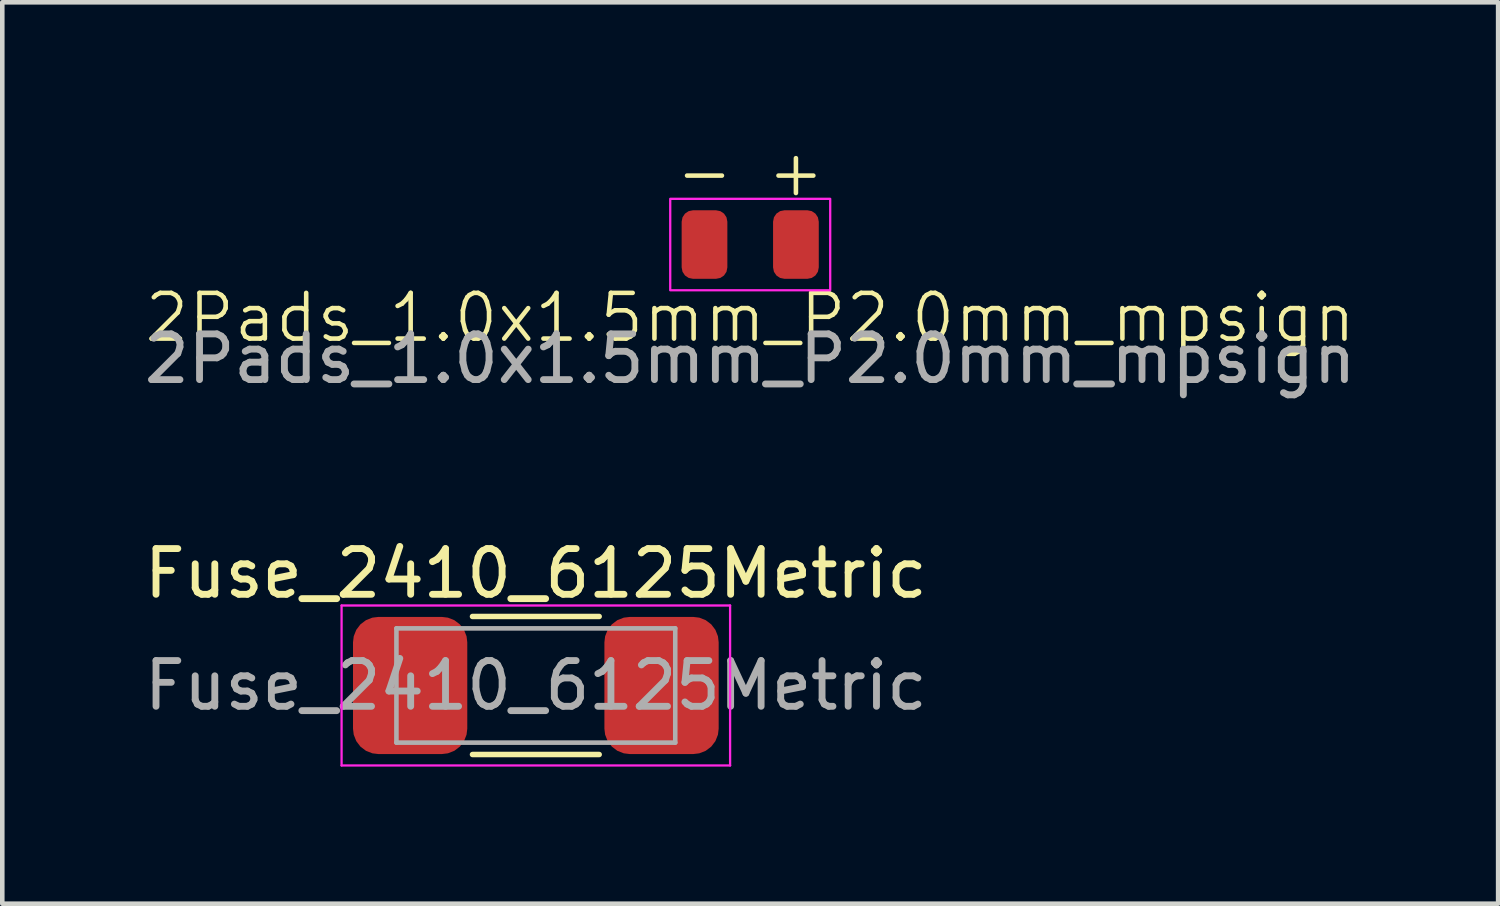
<source format=kicad_pcb>
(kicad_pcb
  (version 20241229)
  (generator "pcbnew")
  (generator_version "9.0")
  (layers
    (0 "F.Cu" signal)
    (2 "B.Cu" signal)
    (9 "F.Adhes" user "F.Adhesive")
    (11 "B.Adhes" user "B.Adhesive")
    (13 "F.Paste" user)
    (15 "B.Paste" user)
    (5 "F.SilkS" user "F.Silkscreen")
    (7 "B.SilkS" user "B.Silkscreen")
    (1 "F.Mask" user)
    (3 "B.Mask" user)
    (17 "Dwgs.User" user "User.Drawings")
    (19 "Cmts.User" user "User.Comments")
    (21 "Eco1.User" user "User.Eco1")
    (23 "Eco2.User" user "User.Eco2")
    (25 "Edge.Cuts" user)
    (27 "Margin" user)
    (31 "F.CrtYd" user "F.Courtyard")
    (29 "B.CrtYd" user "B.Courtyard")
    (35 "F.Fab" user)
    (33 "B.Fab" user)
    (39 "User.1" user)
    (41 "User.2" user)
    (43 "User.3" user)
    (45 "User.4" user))
  (footprint "Fuse_2410_6125Metric"
    (layer "F.Cu")
    (at 8.673 11.947)
    (property "Reference" "Fuse_2410_6125Metric" (at 0 -2.45 0) (layer "F.SilkS") (effects (font (size 1 1) (thickness 0.15))))
    (attr smd)
    (fp_line (start -1.386 -1.51) (end 1.386 -1.51) (stroke (width 0.12) (type solid)) (layer "F.SilkS"))
    (fp_line (start -1.386 1.51) (end 1.386 1.51) (stroke (width 0.12) (type solid)) (layer "F.SilkS"))
    (fp_line (start -4.25 -1.75) (end 4.25 -1.75) (stroke (width 0.05) (type solid)) (layer "F.CrtYd"))
    (fp_line (start -4.25 1.75) (end -4.25 -1.75) (stroke (width 0.05) (type solid)) (layer "F.CrtYd"))
    (fp_line (start 4.25 -1.75) (end 4.25 1.75) (stroke (width 0.05) (type solid)) (layer "F.CrtYd"))
    (fp_line (start 4.25 1.75) (end -4.25 1.75) (stroke (width 0.05) (type solid)) (layer "F.CrtYd"))
    (fp_line (start -3.05 -1.25) (end 3.05 -1.25) (stroke (width 0.1) (type solid)) (layer "F.Fab"))
    (fp_line (start -3.05 1.25) (end -3.05 -1.25) (stroke (width 0.1) (type solid)) (layer "F.Fab"))
    (fp_line (start 3.05 -1.25) (end 3.05 1.25) (stroke (width 0.1) (type solid)) (layer "F.Fab"))
    (fp_line (start 3.05 1.25) (end -3.05 1.25) (stroke (width 0.1) (type solid)) (layer "F.Fab"))
    (fp_text user "${REFERENCE}" (at 0 0 0) (layer "F.Fab") (effects (font (size 1 1) (thickness 0.15))))
    (pad "1" smd roundrect (at -2.75 0) (size 2.5 3) (layers "F.Cu" "F.Mask" "F.Paste") (roundrect_rratio 0.222))
    (pad "2" smd roundrect (at 2.75 0) (size 2.5 3) (layers "F.Cu" "F.Mask" "F.Paste") (roundrect_rratio 0.222)))
  (footprint "2Pads_1.0x1.5mm_P2.0mm_mpsign"
    (layer "F.Cu")
    (at 13.363 2.3)
    (property "Reference" "2Pads_1.0x1.5mm_P2.0mm_mpsign" (at 0 1.6 0) (unlocked yes) (layer "F.SilkS") (effects (font (size 1 1) (thickness 0.1))))
    (attr smd)
    (fp_rect (start -1.75 -1) (end 1.75 1) (stroke (width 0.05) (type default)) (fill no) (layer "F.CrtYd"))
    (fp_text user "-" (at -1 -1 0) (unlocked yes) (layer "F.SilkS") (effects (font (size 1 1) (thickness 0.1)) (justify bottom)))
    (fp_text user "+" (at 1 -1 0) (unlocked yes) (layer "F.SilkS") (effects (font (size 1 1) (thickness 0.1)) (justify bottom)))
    (fp_text user "${REFERENCE}" (at 0 2.5 0) (unlocked yes) (layer "F.Fab") (effects (font (size 1 1) (thickness 0.15))))
    (pad "1" smd roundrect (at -1 0) (size 1 1.5) (layers "F.Cu" "F.Mask" "F.Paste") (roundrect_rratio 0.25))
    (pad "2" smd roundrect (at 1 0) (size 1 1.5) (layers "F.Cu" "F.Mask" "F.Paste") (roundrect_rratio 0.25)))
  (gr_rect
    (start -3 -3)
    (end 29.726 16.721)
    (stroke (width 0.1) (type default))
    (fill no)
    (layer "Edge.Cuts")))
</source>
